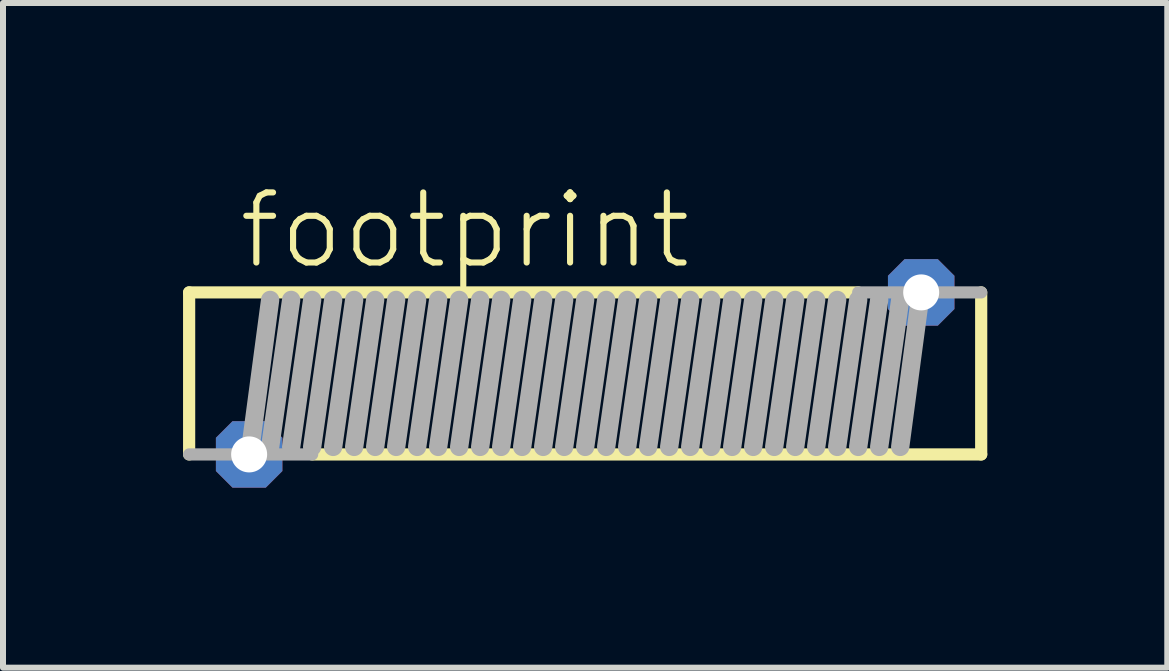
<source format=kicad_pcb>
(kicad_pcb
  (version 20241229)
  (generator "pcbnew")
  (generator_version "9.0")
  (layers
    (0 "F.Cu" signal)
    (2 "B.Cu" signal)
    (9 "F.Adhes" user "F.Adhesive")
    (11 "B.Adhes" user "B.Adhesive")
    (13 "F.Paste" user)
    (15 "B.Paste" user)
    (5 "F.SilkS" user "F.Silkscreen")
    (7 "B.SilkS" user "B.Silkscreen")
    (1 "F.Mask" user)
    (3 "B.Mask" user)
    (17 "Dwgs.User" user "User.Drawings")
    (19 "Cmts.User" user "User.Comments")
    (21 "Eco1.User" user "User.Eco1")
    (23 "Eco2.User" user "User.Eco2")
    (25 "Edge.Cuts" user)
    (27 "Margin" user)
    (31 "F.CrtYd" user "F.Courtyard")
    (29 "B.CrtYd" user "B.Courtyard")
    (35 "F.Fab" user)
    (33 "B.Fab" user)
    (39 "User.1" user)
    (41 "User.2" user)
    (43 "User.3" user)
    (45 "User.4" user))
  (footprint "footprint"
    (layer "F.Cu")
    (at 6.702 3.173)
    (property "Reference" "footprint" (at -5.825 -1.7 0) (layer "F.SilkS") (effects (font (size 1.168 1.168) (thickness 0.102)) (justify left bottom)))
    (fp_line (start -6.6 -1.35) (end -6.6 1.35) (stroke (width 0.203) (type solid)) (layer "F.SilkS"))
    (fp_line (start -4.55 1.35) (end 6.6 1.35) (stroke (width 0.203) (type solid)) (layer "F.SilkS"))
    (fp_line (start 4.55 -1.35) (end -6.6 -1.35) (stroke (width 0.203) (type solid)) (layer "F.SilkS"))
    (fp_line (start 6.6 1.35) (end 6.6 -1.35) (stroke (width 0.203) (type solid)) (layer "F.SilkS"))
    (fp_line (start -6.6 1.35) (end -4.55 1.35) (stroke (width 0.203) (type solid)) (layer "F.Fab"))
    (fp_line (start -5.6 1.4) (end -5.25 -1.225) (stroke (width 0.305) (type solid)) (layer "F.Fab"))
    (fp_line (start -5.25 1.225) (end -4.9 -1.225) (stroke (width 0.305) (type solid)) (layer "F.Fab"))
    (fp_line (start -4.9 1.225) (end -4.55 -1.225) (stroke (width 0.305) (type solid)) (layer "F.Fab"))
    (fp_line (start -4.55 1.225) (end -4.2 -1.225) (stroke (width 0.305) (type solid)) (layer "F.Fab"))
    (fp_line (start -4.2 1.225) (end -3.85 -1.225) (stroke (width 0.305) (type solid)) (layer "F.Fab"))
    (fp_line (start -3.85 1.225) (end -3.5 -1.225) (stroke (width 0.305) (type solid)) (layer "F.Fab"))
    (fp_line (start -3.5 1.225) (end -3.15 -1.225) (stroke (width 0.305) (type solid)) (layer "F.Fab"))
    (fp_line (start -3.15 1.225) (end -2.8 -1.225) (stroke (width 0.305) (type solid)) (layer "F.Fab"))
    (fp_line (start -2.8 1.225) (end -2.45 -1.225) (stroke (width 0.305) (type solid)) (layer "F.Fab"))
    (fp_line (start -2.45 1.225) (end -2.1 -1.225) (stroke (width 0.305) (type solid)) (layer "F.Fab"))
    (fp_line (start -2.1 1.225) (end -1.75 -1.225) (stroke (width 0.305) (type solid)) (layer "F.Fab"))
    (fp_line (start -1.75 1.225) (end -1.4 -1.225) (stroke (width 0.305) (type solid)) (layer "F.Fab"))
    (fp_line (start -1.4 1.225) (end -1.05 -1.225) (stroke (width 0.305) (type solid)) (layer "F.Fab"))
    (fp_line (start -1.05 1.225) (end -0.7 -1.225) (stroke (width 0.305) (type solid)) (layer "F.Fab"))
    (fp_line (start -0.7 1.225) (end -0.35 -1.225) (stroke (width 0.305) (type solid)) (layer "F.Fab"))
    (fp_line (start -0.35 1.225) (end 0 -1.225) (stroke (width 0.305) (type solid)) (layer "F.Fab"))
    (fp_line (start 0 1.225) (end 0.35 -1.225) (stroke (width 0.305) (type solid)) (layer "F.Fab"))
    (fp_line (start 0.35 1.225) (end 0.7 -1.225) (stroke (width 0.305) (type solid)) (layer "F.Fab"))
    (fp_line (start 0.7 1.225) (end 1.05 -1.225) (stroke (width 0.305) (type solid)) (layer "F.Fab"))
    (fp_line (start 1.05 1.225) (end 1.4 -1.225) (stroke (width 0.305) (type solid)) (layer "F.Fab"))
    (fp_line (start 1.4 1.225) (end 1.75 -1.225) (stroke (width 0.305) (type solid)) (layer "F.Fab"))
    (fp_line (start 1.75 1.225) (end 2.1 -1.225) (stroke (width 0.305) (type solid)) (layer "F.Fab"))
    (fp_line (start 2.1 1.225) (end 2.45 -1.225) (stroke (width 0.305) (type solid)) (layer "F.Fab"))
    (fp_line (start 2.45 1.225) (end 2.8 -1.225) (stroke (width 0.305) (type solid)) (layer "F.Fab"))
    (fp_line (start 2.8 1.225) (end 3.15 -1.225) (stroke (width 0.305) (type solid)) (layer "F.Fab"))
    (fp_line (start 3.15 1.225) (end 3.5 -1.225) (stroke (width 0.305) (type solid)) (layer "F.Fab"))
    (fp_line (start 3.5 1.225) (end 3.85 -1.225) (stroke (width 0.305) (type solid)) (layer "F.Fab"))
    (fp_line (start 3.85 1.225) (end 4.2 -1.225) (stroke (width 0.305) (type solid)) (layer "F.Fab"))
    (fp_line (start 4.2 1.225) (end 4.55 -1.225) (stroke (width 0.305) (type solid)) (layer "F.Fab"))
    (fp_line (start 4.55 1.225) (end 4.9 -1.225) (stroke (width 0.305) (type solid)) (layer "F.Fab"))
    (fp_line (start 4.9 1.225) (end 5.25 -1.225) (stroke (width 0.305) (type solid)) (layer "F.Fab"))
    (fp_line (start 5.6 -1.4) (end 5.25 1.225) (stroke (width 0.305) (type solid)) (layer "F.Fab"))
    (fp_line (start 6.6 -1.35) (end 4.55 -1.35) (stroke (width 0.203) (type solid)) (layer "F.Fab"))
    (pad "1" thru_hole roundrect (at -5.6 1.35) (size 1.108 1.108) (drill 0.6) (layers "*.Cu" "*.Mask") (roundrect_rratio 0.25) (chamfer_ratio 0.25) (chamfer top_left top_right bottom_left bottom_right))
    (pad "2" thru_hole roundrect (at 5.6 -1.35) (size 1.108 1.108) (drill 0.6) (layers "*.Cu" "*.Mask") (roundrect_rratio 0.25) (chamfer_ratio 0.25) (chamfer top_left top_right bottom_left bottom_right)))
  (gr_rect
    (start -3 -3)
    (end 16.403 8.077)
    (stroke (width 0.1) (type default))
    (fill no)
    (layer "Edge.Cuts")))
</source>
